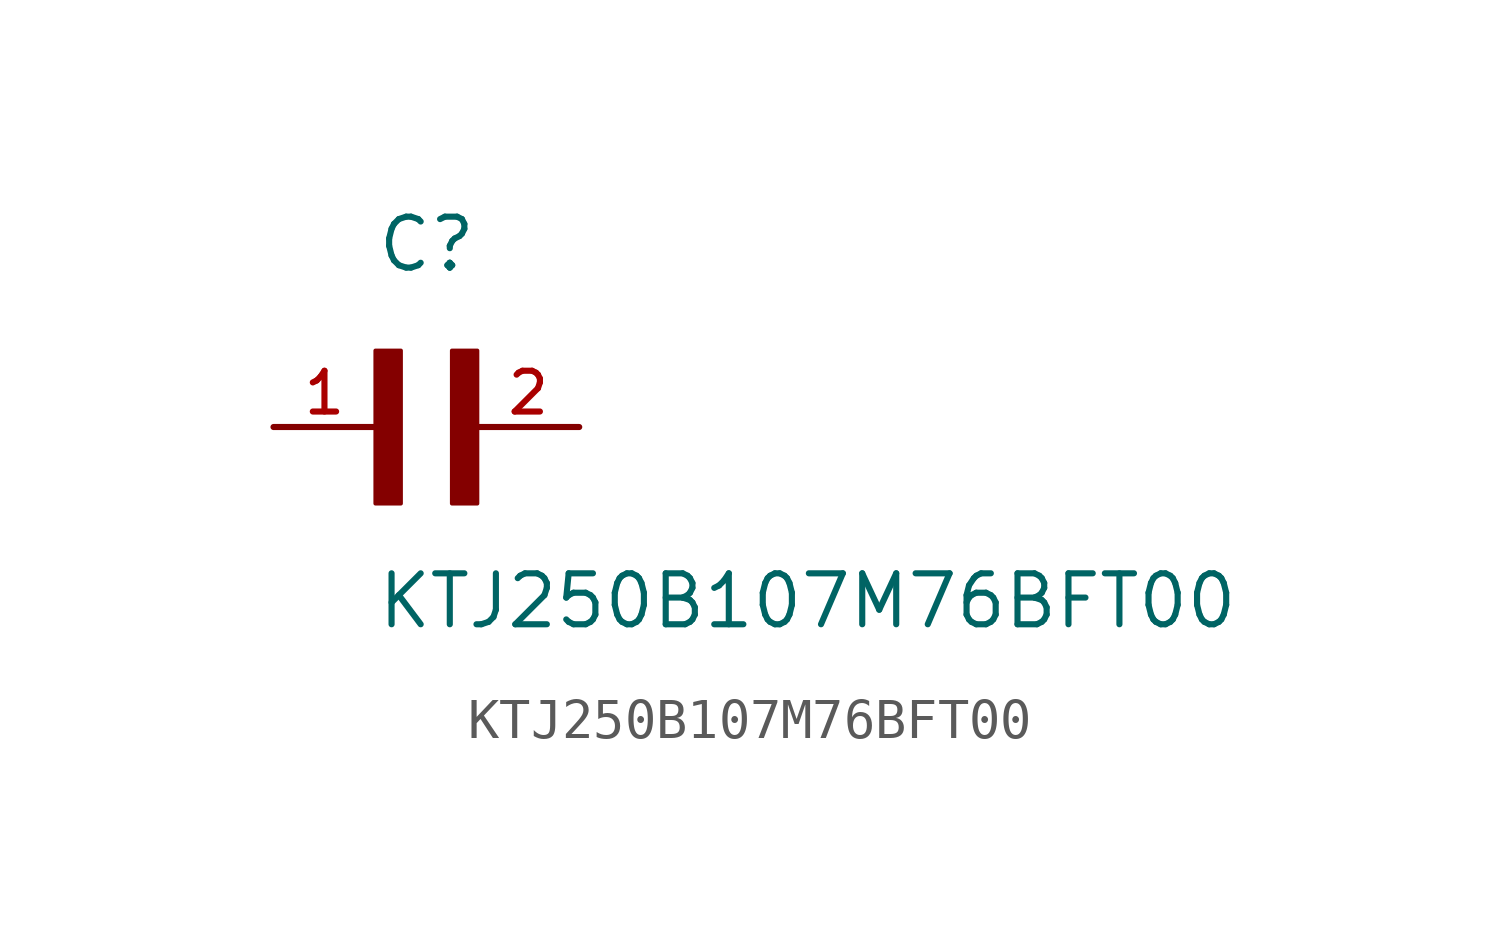
<source format=kicad_sym>
(kicad_symbol_lib
  (version 20211014)
  (generator kicad_symbol_editor)
  (symbol "KTJ250B107M76BFT00"
    (pin_names
      (offset 1.016))
    (property "Reference" "C"
      (at 0.0 3.81 0)
      (effects (font (size 1.27 1.27)) (justify bottom left)))
    (property "Value" "KTJ250B107M76BFT00"
      (at 0.0 -5.08 0)
      (effects (font (size 1.27 1.27)) (justify bottom left)))
    (symbol "KTJ250B107M76BFT00_0_0"
      (rectangle (start 0.0 -1.907) (end 0.635 1.905) (stroke (width 0.1)) (fill (type outline)))
      (rectangle (start 1.907 -1.907) (end 2.54 1.905) (stroke (width 0.1)) (fill (type outline)))
      (pin passive line (at -2.54 0.0 0) (length 2.54) (name "~" (effects (font (size 1.016 1.016)))) (number "1" (effects (font (size 1.016 1.016)))))
      (pin passive line (at 5.08 0.0 180.0) (length 2.54) (name "~" (effects (font (size 1.016 1.016)))) (number "2" (effects (font (size 1.016 1.016))))))))
</source>
